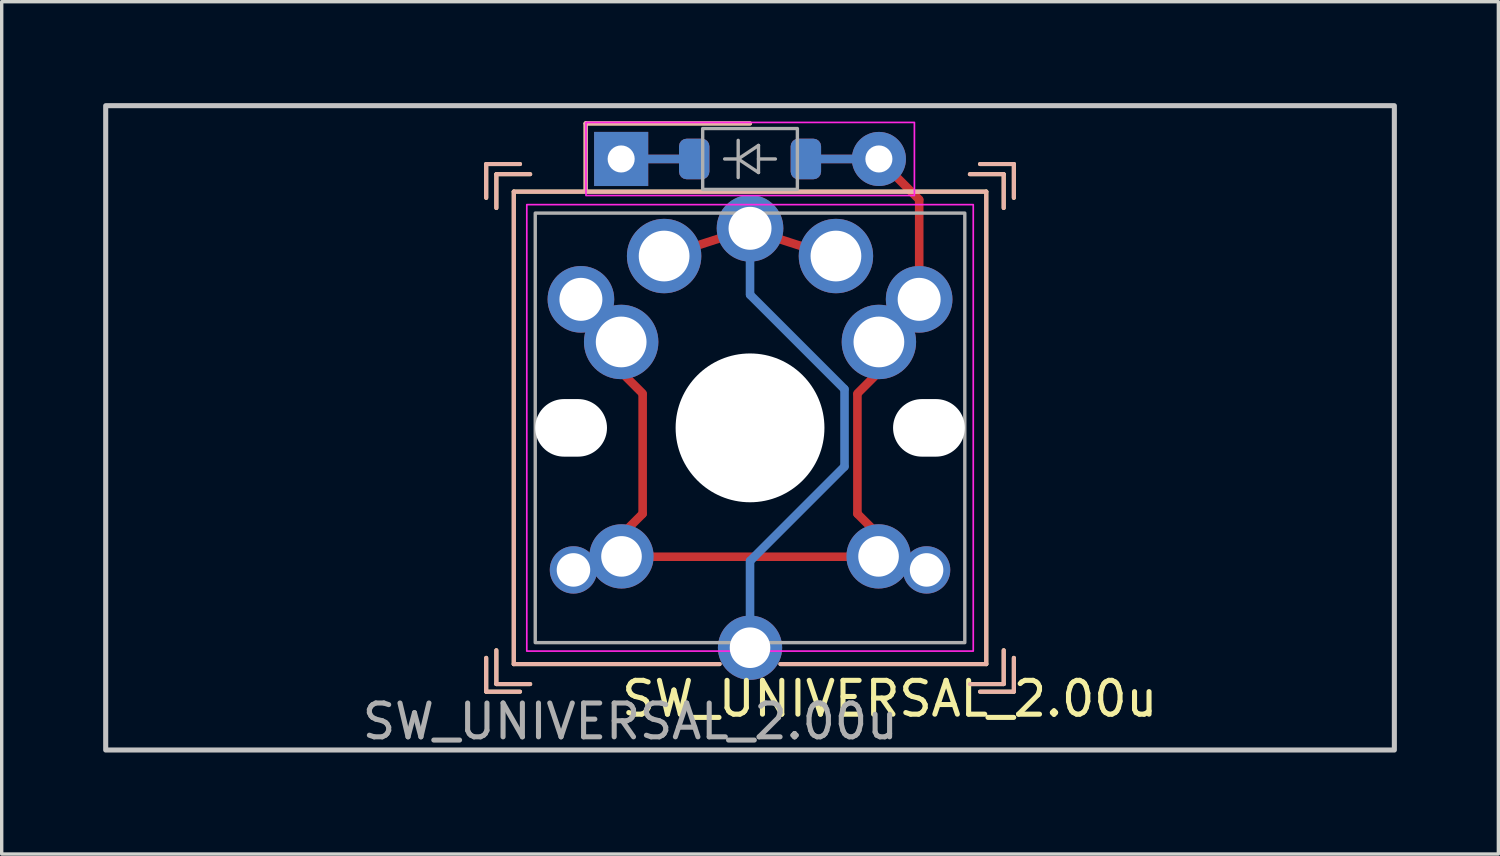
<source format=kicad_pcb>
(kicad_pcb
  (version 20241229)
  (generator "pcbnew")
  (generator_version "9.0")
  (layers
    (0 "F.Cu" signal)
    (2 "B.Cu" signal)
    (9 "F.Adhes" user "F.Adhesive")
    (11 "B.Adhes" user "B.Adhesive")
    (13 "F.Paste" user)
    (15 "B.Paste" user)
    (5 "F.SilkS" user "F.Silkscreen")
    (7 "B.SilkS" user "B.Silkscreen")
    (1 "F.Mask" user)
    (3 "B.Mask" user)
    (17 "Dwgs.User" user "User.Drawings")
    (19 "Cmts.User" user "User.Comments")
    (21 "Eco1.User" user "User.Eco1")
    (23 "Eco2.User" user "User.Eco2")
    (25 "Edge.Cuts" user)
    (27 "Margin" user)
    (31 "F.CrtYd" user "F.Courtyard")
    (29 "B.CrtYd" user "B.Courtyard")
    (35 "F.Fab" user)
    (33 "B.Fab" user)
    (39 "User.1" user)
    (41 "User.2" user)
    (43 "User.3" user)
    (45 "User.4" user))
  (footprint "SW_UNIVERSAL_2.00u"
    (layer "F.Cu")
    (at 19.125 9.6)
    (property "Reference" "SW_UNIVERSAL_2.00u" (at 4.13 8.01 0) (layer "F.SilkS") (effects (font (size 1 1) (thickness 0.15))))
    (attr through_hole)
    (fp_line (start -7.8 -7.8) (end -7.8 -6.8) (stroke (width 0.12) (type default)) (layer "F.SilkS"))
    (fp_line (start -7.8 -7.8) (end -6.8 -7.8) (stroke (width 0.12) (type default)) (layer "F.SilkS"))
    (fp_line (start -7.8 7.8) (end -7.8 6.8) (stroke (width 0.12) (type default)) (layer "F.SilkS"))
    (fp_line (start -7.8 7.8) (end -6.8 7.8) (stroke (width 0.12) (type default)) (layer "F.SilkS"))
    (fp_line (start -7.5 -7.5) (end -7.5 -6.5) (stroke (width 0.12) (type default)) (layer "F.SilkS"))
    (fp_line (start -7.5 -7.5) (end -6.5 -7.5) (stroke (width 0.12) (type default)) (layer "F.SilkS"))
    (fp_line (start -7.5 7.575) (end -7.5 6.575) (stroke (width 0.12) (type default)) (layer "F.SilkS"))
    (fp_line (start -7.5 7.575) (end -6.5 7.575) (stroke (width 0.12) (type default)) (layer "F.SilkS"))
    (fp_line (start -6.985 -6.985) (end 6.985 -6.985) (stroke (width 0.12) (type solid)) (layer "F.SilkS"))
    (fp_line (start -6.985 6.985) (end -6.985 -6.985) (stroke (width 0.12) (type solid)) (layer "F.SilkS"))
    (fp_line (start -4.86 -9) (end 0 -9) (stroke (width 0.12) (type default)) (layer "F.SilkS"))
    (fp_line (start -4.86 -7) (end -4.86 -9) (stroke (width 0.12) (type default)) (layer "F.SilkS"))
    (fp_line (start -0.9 6.985) (end -6.985 6.985) (stroke (width 0.12) (type solid)) (layer "F.SilkS"))
    (fp_line (start 6.985 -6.985) (end 6.985 6.985) (stroke (width 0.12) (type default)) (layer "F.SilkS"))
    (fp_line (start 6.985 6.985) (end 0.9 6.985) (stroke (width 0.12) (type default)) (layer "F.SilkS"))
    (fp_line (start 7.5 -7.5) (end 6.5 -7.5) (stroke (width 0.12) (type default)) (layer "F.SilkS"))
    (fp_line (start 7.5 -7.5) (end 7.5 -6.5) (stroke (width 0.12) (type default)) (layer "F.SilkS"))
    (fp_line (start 7.5 7.575) (end 6.5 7.575) (stroke (width 0.12) (type default)) (layer "F.SilkS"))
    (fp_line (start 7.5 7.575) (end 7.5 6.575) (stroke (width 0.12) (type default)) (layer "F.SilkS"))
    (fp_line (start 7.8 -7.8) (end 6.8 -7.8) (stroke (width 0.12) (type default)) (layer "F.SilkS"))
    (fp_line (start 7.8 -7.8) (end 7.8 -6.8) (stroke (width 0.12) (type default)) (layer "F.SilkS"))
    (fp_line (start 7.8 7.8) (end 6.8 7.8) (stroke (width 0.12) (type default)) (layer "F.SilkS"))
    (fp_line (start 7.8 7.8) (end 7.8 6.8) (stroke (width 0.12) (type default)) (layer "F.SilkS"))
    (fp_line (start -7.8 -6.8) (end -7.8 -7.8) (stroke (width 0.12) (type default)) (layer "B.SilkS"))
    (fp_line (start -7.8 6.8) (end -7.8 7.8) (stroke (width 0.12) (type default)) (layer "B.SilkS"))
    (fp_line (start -7.5 -6.5) (end -7.5 -7.5) (stroke (width 0.12) (type default)) (layer "B.SilkS"))
    (fp_line (start -7.5 6.575) (end -7.5 7.575) (stroke (width 0.12) (type default)) (layer "B.SilkS"))
    (fp_line (start -6.985 -6.985) (end 6.985 -6.985) (stroke (width 0.12) (type solid)) (layer "B.SilkS"))
    (fp_line (start -6.985 6.985) (end -6.985 -6.985) (stroke (width 0.12) (type default)) (layer "B.SilkS"))
    (fp_line (start -6.8 -7.8) (end -7.8 -7.8) (stroke (width 0.12) (type default)) (layer "B.SilkS"))
    (fp_line (start -6.8 7.8) (end -7.8 7.8) (stroke (width 0.12) (type default)) (layer "B.SilkS"))
    (fp_line (start -6.5 -7.5) (end -7.5 -7.5) (stroke (width 0.12) (type default)) (layer "B.SilkS"))
    (fp_line (start -6.5 7.575) (end -7.5 7.575) (stroke (width 0.12) (type default)) (layer "B.SilkS"))
    (fp_line (start -4.86 -7) (end -4.86 -9) (stroke (width 0.12) (type default)) (layer "B.SilkS"))
    (fp_line (start -0.9 6.985) (end -6.985 6.985) (stroke (width 0.12) (type default)) (layer "B.SilkS"))
    (fp_line (start 0 -9) (end -4.86 -9) (stroke (width 0.12) (type default)) (layer "B.SilkS"))
    (fp_line (start 6.5 -7.5) (end 7.5 -7.5) (stroke (width 0.12) (type default)) (layer "B.SilkS"))
    (fp_line (start 6.5 7.575) (end 7.5 7.575) (stroke (width 0.12) (type default)) (layer "B.SilkS"))
    (fp_line (start 6.8 -7.8) (end 7.8 -7.8) (stroke (width 0.12) (type default)) (layer "B.SilkS"))
    (fp_line (start 6.8 7.8) (end 7.8 7.8) (stroke (width 0.12) (type default)) (layer "B.SilkS"))
    (fp_line (start 6.985 -6.985) (end 6.985 6.985) (stroke (width 0.12) (type solid)) (layer "B.SilkS"))
    (fp_line (start 6.985 6.985) (end 0.9 6.985) (stroke (width 0.12) (type solid)) (layer "B.SilkS"))
    (fp_line (start 7.5 -6.5) (end 7.5 -7.5) (stroke (width 0.12) (type default)) (layer "B.SilkS"))
    (fp_line (start 7.5 6.575) (end 7.5 7.575) (stroke (width 0.12) (type default)) (layer "B.SilkS"))
    (fp_line (start 7.8 -6.8) (end 7.8 -7.8) (stroke (width 0.12) (type default)) (layer "B.SilkS"))
    (fp_line (start 7.8 6.8) (end 7.8 7.8) (stroke (width 0.12) (type default)) (layer "B.SilkS"))
    (fp_rect (start -19.05 -9.525) (end 19.05 9.525) (stroke (width 0.15) (type solid)) (fill no) (layer "Dwgs.User"))
    (fp_rect (start -6.6 -6.6) (end 6.6 6.6) (stroke (width 0.05) (type solid)) (fill no) (layer "F.CrtYd"))
    (fp_rect (start -4.85 -9.03) (end 4.86 -6.87) (stroke (width 0.05) (type solid)) (fill no) (layer "F.CrtYd"))
    (fp_line (start -0.75 -7.95) (end -0.35 -7.95) (stroke (width 0.1) (type solid)) (layer "F.Fab"))
    (fp_line (start -0.35 -7.95) (end -0.35 -8.5) (stroke (width 0.1) (type solid)) (layer "F.Fab"))
    (fp_line (start -0.35 -7.95) (end -0.35 -7.4) (stroke (width 0.1) (type solid)) (layer "F.Fab"))
    (fp_line (start -0.35 -7.95) (end 0.25 -8.35) (stroke (width 0.1) (type solid)) (layer "F.Fab"))
    (fp_line (start 0.25 -8.35) (end 0.25 -7.55) (stroke (width 0.1) (type solid)) (layer "F.Fab"))
    (fp_line (start 0.25 -7.95) (end 0.75 -7.95) (stroke (width 0.1) (type solid)) (layer "F.Fab"))
    (fp_line (start 0.25 -7.55) (end -0.35 -7.95) (stroke (width 0.1) (type solid)) (layer "F.Fab"))
    (fp_rect (start -6.35 -6.35) (end 6.35 6.35) (stroke (width 0.1) (type solid)) (fill no) (layer "F.Fab"))
    (fp_rect (start -1.4 -8.85) (end 1.4 -7.05) (stroke (width 0.1) (type solid)) (fill no) (layer "F.Fab"))
    (fp_line (start -8.5 -4) (end -8.5 -8.5) (stroke (width 0.12) (type default)) (layer "User.1"))
    (fp_line (start -8.5 4) (end -8.5 8.5) (stroke (width 0.12) (type default)) (layer "User.1"))
    (fp_line (start -7 -7) (end -7 -4) (stroke (width 0.12) (type default)) (layer "User.1"))
    (fp_line (start -7 -7) (end -5 -7) (stroke (width 0.12) (type default)) (layer "User.1"))
    (fp_line (start -7 -4) (end -8.5 -4) (stroke (width 0.12) (type default)) (layer "User.1"))
    (fp_line (start -7 4) (end -8.5 4) (stroke (width 0.12) (type default)) (layer "User.1"))
    (fp_line (start -7 7) (end -7 4) (stroke (width 0.12) (type default)) (layer "User.1"))
    (fp_line (start -7 7) (end -4 7) (stroke (width 0.12) (type default)) (layer "User.1"))
    (fp_line (start -5 -8.5) (end -8.5 -8.5) (stroke (width 0.12) (type default)) (layer "User.1"))
    (fp_line (start -5 -7) (end -5 -8.5) (stroke (width 0.12) (type default)) (layer "User.1"))
    (fp_line (start -4 7) (end -4 8.5) (stroke (width 0.12) (type default)) (layer "User.1"))
    (fp_line (start -4 8.5) (end -8.5 8.5) (stroke (width 0.12) (type default)) (layer "User.1"))
    (fp_line (start 4 7) (end 4 8.5) (stroke (width 0.12) (type default)) (layer "User.1"))
    (fp_line (start 4 8.5) (end 8.5 8.5) (stroke (width 0.12) (type default)) (layer "User.1"))
    (fp_line (start 5 -8.5) (end 8.5 -8.5) (stroke (width 0.12) (type default)) (layer "User.1"))
    (fp_line (start 5 -7) (end 5 -8.5) (stroke (width 0.12) (type default)) (layer "User.1"))
    (fp_line (start 7 -7) (end 5 -7) (stroke (width 0.12) (type default)) (layer "User.1"))
    (fp_line (start 7 -7) (end 7 -4) (stroke (width 0.12) (type default)) (layer "User.1"))
    (fp_line (start 7 -4) (end 8.5 -4) (stroke (width 0.12) (type default)) (layer "User.1"))
    (fp_line (start 7 4) (end 8.5 4) (stroke (width 0.12) (type default)) (layer "User.1"))
    (fp_line (start 7 7) (end 4 7) (stroke (width 0.12) (type default)) (layer "User.1"))
    (fp_line (start 7 7) (end 7 4) (stroke (width 0.12) (type default)) (layer "User.1"))
    (fp_line (start 8.5 -4) (end 8.5 -8.5) (stroke (width 0.12) (type default)) (layer "User.1"))
    (fp_line (start 8.5 4) (end 8.5 8.5) (stroke (width 0.12) (type default)) (layer "User.1"))
    (fp_rect (start -7 -9) (end 7 7) (stroke (width 0.12) (type default)) (fill no) (layer "User.2"))
    (fp_rect (start -7 -7) (end 7 7) (stroke (width 0.12) (type default)) (fill no) (layer "User.3"))
    (fp_text user "${REFERENCE}" (at -3.54 8.68 0) (layer "F.Fab") (effects (font (size 1 1) (thickness 0.15))))
    (pad "" np_thru_hole oval (at -5.29 0 180) (size 2.122 1.702) (drill oval 2.122 1.702) (layers "*.Cu" "*.Mask"))
    (pad "" np_thru_hole circle (at 0 0) (size 4.4 4.4) (drill 4.4) (layers "*.Cu" "*.Mask"))
    (pad "" np_thru_hole oval (at 5.29 0 180) (size 2.122 1.702) (drill oval 2.122 1.702) (layers "*.Cu" "*.Mask"))
    (pad "1" thru_hole circle (at -2.54 -5.08) (size 2.2 2.2) (drill 1.5) (layers "*.Cu" "*.Mask"))
    (pad "1" smd roundrect (at -1.3 -5.475 107.9) (size 0.254 1.333) (layers "F.Cu") (roundrect_rratio 0.164))
    (pad "1" smd roundrect (at -0.000001 4.826) (size 0.254 2.032) (layers "B.Cu") (roundrect_rratio 0.5))
    (pad "1" thru_hole circle (at 0 -5.9 180) (size 1.97 1.97) (drill 1.27) (layers "*.Cu" "*.Mask"))
    (pad "1" smd roundrect (at 0 -4.78) (size 0.254 1.939) (layers "B.Cu") (roundrect_rratio 0.5))
    (pad "1" thru_hole circle (at 0 6.5) (size 1.9 1.9) (drill 1.2) (layers "*.Cu" "*.Mask"))
    (pad "1" smd roundrect (at 1.2 -5.475 72.1) (size 0.254 1.333) (layers "F.Cu") (roundrect_rratio 0.164))
    (pad "1" smd roundrect (at 1.397 -2.54 225) (size 0.254 4.194) (layers "B.Cu") (roundrect_rratio 0.5))
    (pad "1" smd roundrect (at 1.397 2.54 315) (size 0.254 4.194) (layers "B.Cu") (roundrect_rratio 0.5))
    (pad "1" thru_hole circle (at 2.54 -5.08) (size 2.2 2.2) (drill 1.5) (layers "*.Cu" "*.Mask"))
    (pad "1" smd roundrect (at 2.794 0) (size 0.254 2.54) (layers "B.Cu") (roundrect_rratio 0.5))
    (pad "2" thru_hole rect (at -3.81 -7.95 90) (size 1.6 1.6) (drill 0.8) (layers "*.Cu" "*.Mask"))
    (pad "2" smd roundrect (at -2.6 -7.95 270) (size 0.254 1.333) (layers "F.Cu") (roundrect_rratio 0.164))
    (pad "2" smd roundrect (at -2.6 -7.95 270) (size 0.254 1.333) (layers "B.Cu") (roundrect_rratio 0.164))
    (pad "2" smd roundrect (at -1.65 -7.95) (size 0.9 1.2) (layers "F.Cu" "F.Mask" "F.Paste") (roundrect_rratio 0.25))
    (pad "2" smd roundrect (at -1.65 -7.95 180) (size 0.9 1.2) (layers "B.Cu" "B.Mask" "B.Paste") (roundrect_rratio 0.25))
    (pad "3" thru_hole circle (at -5.22 4.2 180) (size 1.4 1.4) (drill 0.991) (layers "*.Cu" "*.Mask"))
    (pad "3" thru_hole circle (at -5 -3.8 180) (size 1.97 1.97) (drill 1.27) (layers "*.Cu" "*.Mask"))
    (pad "3" thru_hole circle (at -3.81 -2.54) (size 2.2 2.2) (drill 1.5) (layers "*.Cu" "*.Mask"))
    (pad "3" thru_hole circle (at -3.8 3.8) (size 1.9 1.9) (drill 1.2) (layers "*.Cu" "*.Mask"))
    (pad "3" smd roundrect (at -3.429 -1.27 45) (size 0.254 0.97) (layers "F.Cu") (roundrect_rratio 0.5))
    (pad "3" smd roundrect (at -3.429 2.794 135) (size 0.254 0.97) (layers "F.Cu") (roundrect_rratio 0.5))
    (pad "3" smd roundrect (at -3.175 0.774) (size 0.254 3.785) (layers "F.Cu") (roundrect_rratio 0.5))
    (pad "3" smd roundrect (at -0.000002 3.81 90) (size 0.254 6.096) (layers "F.Cu") (roundrect_rratio 0.164))
    (pad "3" smd roundrect (at 1.65 -7.95) (size 0.9 1.2) (layers "F.Cu" "F.Mask" "F.Paste") (roundrect_rratio 0.25))
    (pad "3" smd roundrect (at 1.651 -7.95 180) (size 0.9 1.2) (layers "B.Cu" "B.Mask" "B.Paste") (roundrect_rratio 0.25))
    (pad "3" smd roundrect (at 2.5 -7.95 270) (size 0.254 1.333) (layers "F.Cu") (roundrect_rratio 0.164))
    (pad "3" smd roundrect (at 2.5 -7.95 270) (size 0.254 1.333) (layers "B.Cu") (roundrect_rratio 0.164))
    (pad "3" smd roundrect (at 3.175 0.774) (size 0.254 3.785) (layers "F.Cu") (roundrect_rratio 0.5))
    (pad "3" smd roundrect (at 3.429 -1.27 315) (size 0.254 0.97) (layers "F.Cu") (roundrect_rratio 0.5))
    (pad "3" smd roundrect (at 3.429 2.794 225) (size 0.254 0.97) (layers "F.Cu") (roundrect_rratio 0.5))
    (pad "3" thru_hole circle (at 3.8 3.8) (size 1.9 1.9) (drill 1.2) (layers "*.Cu" "*.Mask"))
    (pad "3" thru_hole oval (at 3.81 -7.95) (size 1.6 1.6) (drill 0.8) (layers "*.Cu" "*.Mask"))
    (pad "3" thru_hole circle (at 3.81 -2.54) (size 2.2 2.2) (drill 1.5) (layers "*.Cu" "*.Mask"))
    (pad "3" smd roundrect (at 4.3 -7.45 45) (size 0.254 2.24) (layers "F.Cu") (roundrect_rratio 0.5))
    (pad "3" thru_hole circle (at 5 -3.8 180) (size 1.97 1.97) (drill 1.27) (layers "*.Cu" "*.Mask"))
    (pad "3" smd roundrect (at 5.002 -5.52 180) (size 0.254 2.7) (layers "F.Cu") (roundrect_rratio 0.5))
    (pad "3" thru_hole circle (at 5.22 4.2 180) (size 1.4 1.4) (drill 0.991) (layers "*.Cu" "*.Mask")))
  (gr_rect
    (start -3 -3)
    (end 41.25 22.2)
    (stroke (width 0.1) (type default))
    (fill no)
    (layer "Edge.Cuts")))
</source>
